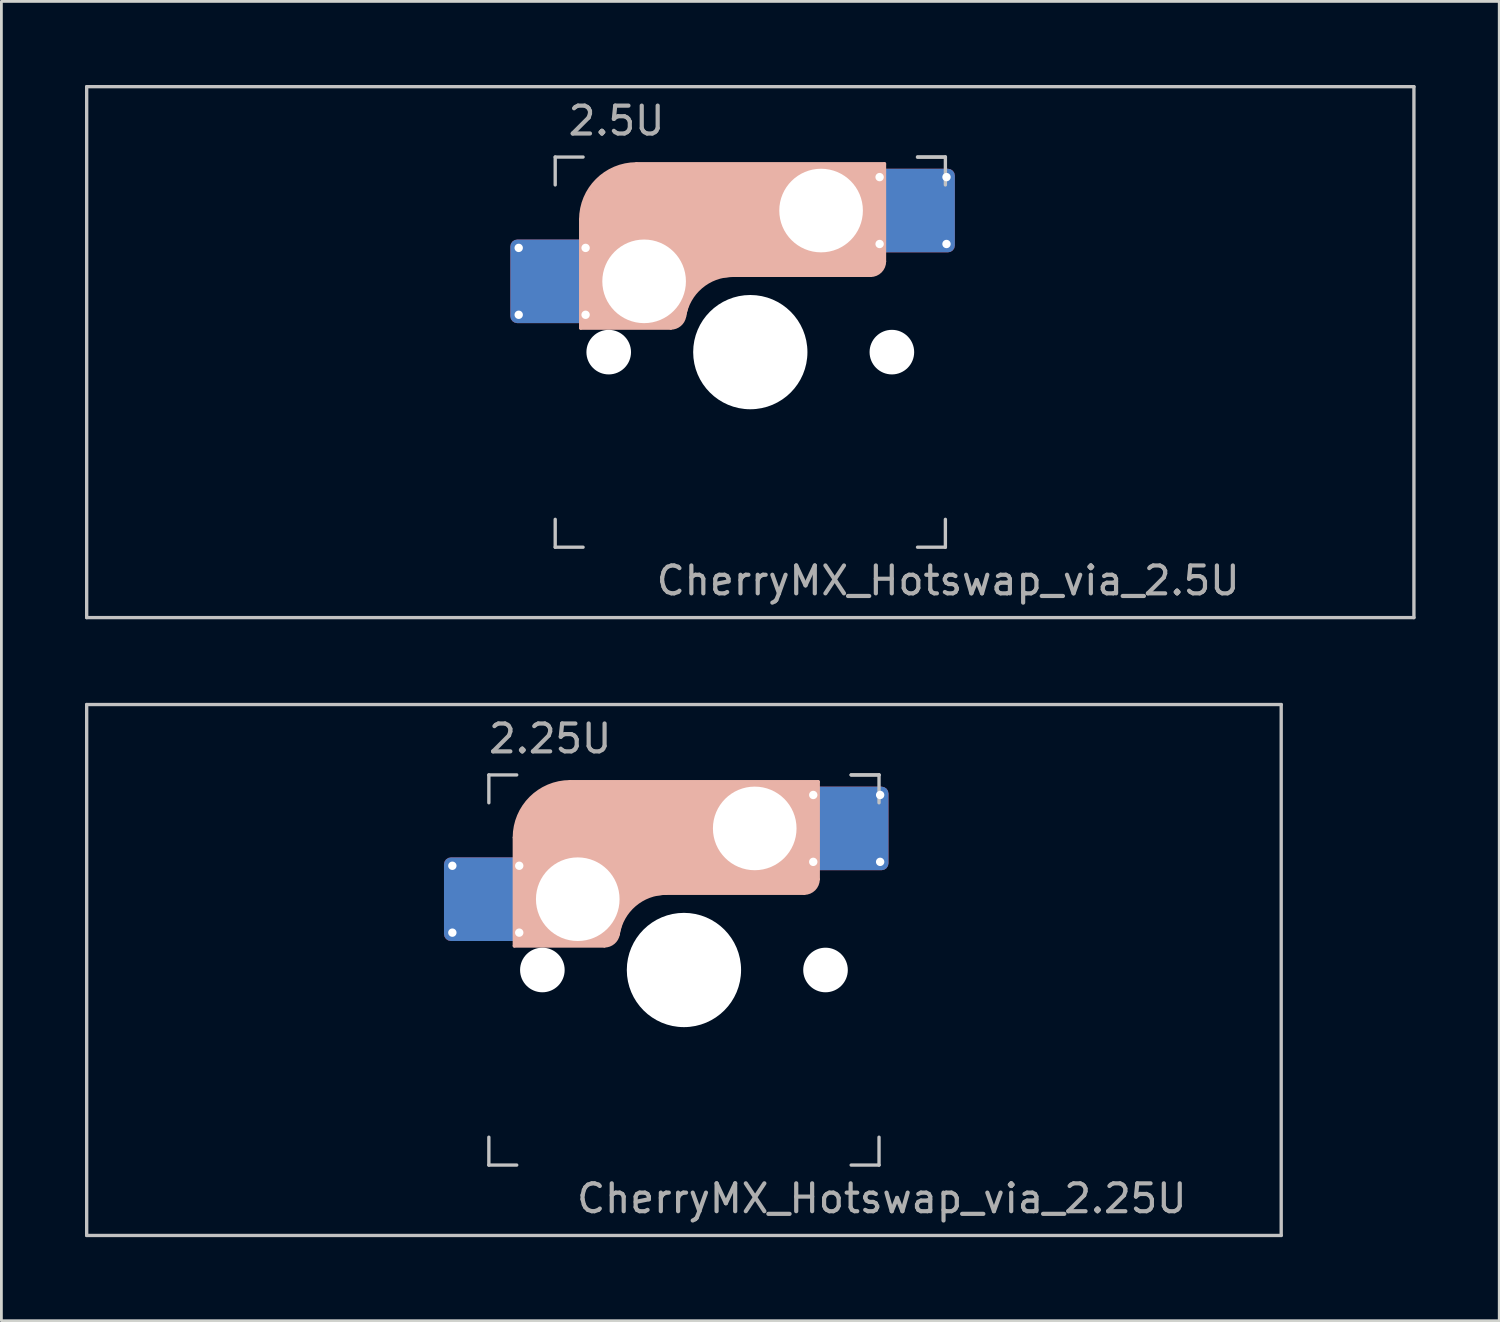
<source format=kicad_pcb>
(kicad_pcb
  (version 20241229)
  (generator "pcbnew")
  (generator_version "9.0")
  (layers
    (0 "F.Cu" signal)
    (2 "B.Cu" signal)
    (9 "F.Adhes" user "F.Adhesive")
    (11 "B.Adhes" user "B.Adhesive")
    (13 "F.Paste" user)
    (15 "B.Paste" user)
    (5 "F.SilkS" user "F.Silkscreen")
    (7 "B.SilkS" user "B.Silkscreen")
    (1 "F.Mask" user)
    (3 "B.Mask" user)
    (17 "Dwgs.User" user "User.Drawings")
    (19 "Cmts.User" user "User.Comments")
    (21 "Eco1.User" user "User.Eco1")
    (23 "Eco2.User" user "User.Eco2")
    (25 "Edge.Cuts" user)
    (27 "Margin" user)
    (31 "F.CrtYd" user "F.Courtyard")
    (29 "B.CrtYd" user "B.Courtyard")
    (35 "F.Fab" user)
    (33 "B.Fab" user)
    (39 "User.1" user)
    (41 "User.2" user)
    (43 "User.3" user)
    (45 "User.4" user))
  (footprint "CherryMX_Hotswap_via_2.25U"
    (layer "F.Cu")
    (at 21.491 31.755)
    (property "Reference" "CherryMX_Hotswap_via_2.25U" (at 7.1 8.2 0) (layer "F.Fab") (effects (font (size 1 1) (thickness 0.15))))
    (attr through_hole)
    (fp_line (start -8.11 -1.74) (end -8.11 -3.34) (stroke (width 0.12) (type solid)) (layer "B.Mask"))
    (fp_line (start -7.91 -3.54) (end -6.31 -3.54) (stroke (width 0.12) (type solid)) (layer "B.Mask"))
    (fp_line (start -6.31 -1.54) (end -7.91 -1.54) (stroke (width 0.12) (type solid)) (layer "B.Mask"))
    (fp_line (start -6.11 -3.34) (end -6.11 -1.74) (stroke (width 0.12) (type solid)) (layer "B.Mask"))
    (fp_line (start 4.84 -5.88) (end 4.84 -4.28) (stroke (width 0.12) (type solid)) (layer "B.Mask"))
    (fp_line (start 5.04 -6.08) (end 6.64 -6.08) (stroke (width 0.12) (type solid)) (layer "B.Mask"))
    (fp_line (start 5.04 -4.08) (end 6.64 -4.08) (stroke (width 0.12) (type solid)) (layer "B.Mask"))
    (fp_line (start 6.84 -4.28) (end 6.84 -5.88) (stroke (width 0.12) (type solid)) (layer "B.Mask"))
    (fp_arc (start -8.11 -3.34) (mid -8.051421 -3.481421) (end -7.91 -3.54) (stroke (width 0.12) (type solid)) (layer "B.Mask"))
    (fp_arc (start -7.91 -1.54) (mid -8.051421 -1.598579) (end -8.11 -1.74) (stroke (width 0.12) (type solid)) (layer "B.Mask"))
    (fp_arc (start -6.31 -3.54) (mid -6.168579 -3.481421) (end -6.11 -3.34) (stroke (width 0.12) (type solid)) (layer "B.Mask"))
    (fp_arc (start -6.11 -1.74) (mid -6.168579 -1.598579) (end -6.31 -1.54) (stroke (width 0.12) (type solid)) (layer "B.Mask"))
    (fp_arc (start 4.84 -5.88) (mid 4.898579 -6.021421) (end 5.04 -6.08) (stroke (width 0.12) (type solid)) (layer "B.Mask"))
    (fp_arc (start 5.04 -4.08) (mid 4.898579 -4.138579) (end 4.84 -4.28) (stroke (width 0.12) (type solid)) (layer "B.Mask"))
    (fp_arc (start 6.64 -6.08) (mid 6.781421 -6.021421) (end 6.84 -5.88) (stroke (width 0.12) (type solid)) (layer "B.Mask"))
    (fp_arc (start 6.84 -4.28) (mid 6.781421 -4.138579) (end 6.64 -4.08) (stroke (width 0.12) (type solid)) (layer "B.Mask"))
    (fp_poly (pts (xy -6.11 -3.34) (xy -6.11 -1.74) (xy -6.31 -1.54) (xy -7.91 -1.54) (xy -8.11 -1.74) (xy -8.11 -3.34) (xy -7.91 -3.54) (xy -6.31 -3.54)) (stroke (width 0.1) (type solid)) (fill yes) (layer "B.Mask"))
    (fp_poly (pts (xy 6.84 -5.88) (xy 6.84 -4.28) (xy 6.64 -4.08) (xy 5.04 -4.08) (xy 4.84 -4.28) (xy 4.84 -5.88) (xy 5.04 -6.08) (xy 6.64 -6.08)) (stroke (width 0.1) (type solid)) (fill yes) (layer "B.Mask"))
    (fp_line (start -6.085 -0.865) (end -6.085 -4.755) (stroke (width 0.12) (type solid)) (layer "B.SilkS"))
    (fp_line (start -4.085 -6.755) (end 4.815 -6.755) (stroke (width 0.12) (type solid)) (layer "B.SilkS"))
    (fp_line (start -2.852 -0.865) (end -6.085 -0.865) (stroke (width 0.12) (type solid)) (layer "B.SilkS"))
    (fp_line (start -0.635 -2.755) (end 4.315 -2.755) (stroke (width 0.12) (type solid)) (layer "B.SilkS"))
    (fp_line (start 4.815 -6.755) (end 4.815 -3.255) (stroke (width 0.12) (type solid)) (layer "B.SilkS"))
    (fp_arc (start -6.085 -4.755) (mid -5.499214 -6.169214) (end -4.085 -6.755) (stroke (width 0.12) (type solid)) (layer "B.SilkS"))
    (fp_arc (start -2.360959 -1.278326) (mid -1.770727 -2.335454) (end -0.635 -2.755) (stroke (width 0.12) (type solid)) (layer "B.SilkS"))
    (fp_arc (start -2.36 -1.278176) (mid -2.53101 -0.981978) (end -2.852404 -0.865) (stroke (width 0.12) (type solid)) (layer "B.SilkS"))
    (fp_arc (start 4.815 -3.255) (mid 4.668553 -2.901447) (end 4.315 -2.755) (stroke (width 0.12) (type solid)) (layer "B.SilkS"))
    (fp_poly (pts (xy 4.815 -3.255) (xy 4.633 -2.937) (xy 4.315 -2.755) (xy -0.635 -2.755) (xy -1.259 -2.696) (xy -1.805 -2.376) (xy -2.207 -1.885) (xy -2.361 -1.278) (xy -2.563 -1.02) (xy -2.852 -0.865) (xy -6.085 -0.865) (xy -6.085 -4.755) (xy -5.887 -5.501) (xy -5.464 -6.134) (xy -4.831 -6.557) (xy -4.085 -6.755) (xy 4.815 -6.755)) (stroke (width 0.1) (type solid)) (fill yes) (layer "B.SilkS"))
    (fp_line (start -8.11 -1.74) (end -8.11 -3.34) (stroke (width 0.12) (type solid)) (layer "B.Paste"))
    (fp_line (start -7.91 -3.54) (end -6.31 -3.54) (stroke (width 0.12) (type solid)) (layer "B.Paste"))
    (fp_line (start -6.31 -1.54) (end -7.91 -1.54) (stroke (width 0.12) (type solid)) (layer "B.Paste"))
    (fp_line (start -6.11 -3.34) (end -6.11 -1.74) (stroke (width 0.12) (type solid)) (layer "B.Paste"))
    (fp_line (start 4.84 -5.88) (end 4.84 -4.28) (stroke (width 0.12) (type solid)) (layer "B.Paste"))
    (fp_line (start 5.04 -6.08) (end 6.64 -6.08) (stroke (width 0.12) (type solid)) (layer "B.Paste"))
    (fp_line (start 5.04 -4.08) (end 6.64 -4.08) (stroke (width 0.12) (type solid)) (layer "B.Paste"))
    (fp_line (start 6.84 -4.28) (end 6.84 -5.88) (stroke (width 0.12) (type solid)) (layer "B.Paste"))
    (fp_arc (start -8.11 -3.34) (mid -8.051421 -3.481421) (end -7.91 -3.54) (stroke (width 0.12) (type solid)) (layer "B.Paste"))
    (fp_arc (start -7.91 -1.54) (mid -8.051421 -1.598579) (end -8.11 -1.74) (stroke (width 0.12) (type solid)) (layer "B.Paste"))
    (fp_arc (start -6.31 -3.54) (mid -6.168579 -3.481421) (end -6.11 -3.34) (stroke (width 0.12) (type solid)) (layer "B.Paste"))
    (fp_arc (start -6.11 -1.74) (mid -6.168579 -1.598579) (end -6.31 -1.54) (stroke (width 0.12) (type solid)) (layer "B.Paste"))
    (fp_arc (start 4.84 -5.88) (mid 4.898579 -6.021421) (end 5.04 -6.08) (stroke (width 0.12) (type solid)) (layer "B.Paste"))
    (fp_arc (start 5.04 -4.08) (mid 4.898579 -4.138579) (end 4.84 -4.28) (stroke (width 0.12) (type solid)) (layer "B.Paste"))
    (fp_arc (start 6.64 -6.08) (mid 6.781421 -6.021421) (end 6.84 -5.88) (stroke (width 0.12) (type solid)) (layer "B.Paste"))
    (fp_arc (start 6.84 -4.28) (mid 6.781421 -4.138579) (end 6.64 -4.08) (stroke (width 0.12) (type solid)) (layer "B.Paste"))
    (fp_poly (pts (xy -6.11 -3.34) (xy -6.11 -1.74) (xy -6.31 -1.54) (xy -7.91 -1.54) (xy -8.11 -1.74) (xy -8.11 -3.34) (xy -7.91 -3.54) (xy -6.31 -3.54)) (stroke (width 0.1) (type solid)) (fill yes) (layer "B.Paste"))
    (fp_poly (pts (xy 6.84 -5.88) (xy 6.84 -4.28) (xy 6.64 -4.08) (xy 5.04 -4.08) (xy 4.84 -4.28) (xy 4.84 -5.88) (xy 5.04 -6.08) (xy 6.64 -6.08)) (stroke (width 0.1) (type solid)) (fill yes) (layer "B.Paste"))
    (fp_line (start -21.431 -9.525) (end 21.431 -9.525) (stroke (width 0.12) (type solid)) (layer "Dwgs.User"))
    (fp_line (start -21.431 9.525) (end -21.431 -9.525) (stroke (width 0.12) (type solid)) (layer "Dwgs.User"))
    (fp_line (start -7 -7) (end -7 -6) (stroke (width 0.12) (type solid)) (layer "Dwgs.User"))
    (fp_line (start -7 -7) (end -6 -7) (stroke (width 0.12) (type solid)) (layer "Dwgs.User"))
    (fp_line (start -7 7) (end -7 6) (stroke (width 0.12) (type solid)) (layer "Dwgs.User"))
    (fp_line (start -7 7) (end -6 7) (stroke (width 0.12) (type solid)) (layer "Dwgs.User"))
    (fp_line (start 6 -7) (end 7 -7) (stroke (width 0.12) (type solid)) (layer "Dwgs.User"))
    (fp_line (start 7 -7) (end 6 -7) (stroke (width 0.12) (type solid)) (layer "Dwgs.User"))
    (fp_line (start 7 -7) (end 7 -6) (stroke (width 0.12) (type solid)) (layer "Dwgs.User"))
    (fp_line (start 7 7) (end 6 7) (stroke (width 0.12) (type solid)) (layer "Dwgs.User"))
    (fp_line (start 7 7) (end 7 6) (stroke (width 0.12) (type solid)) (layer "Dwgs.User"))
    (fp_line (start 21.431 -9.525) (end 21.431 9.525) (stroke (width 0.12) (type solid)) (layer "Dwgs.User"))
    (fp_line (start 21.431 9.525) (end -21.431 9.525) (stroke (width 0.12) (type solid)) (layer "Dwgs.User"))
    (fp_text user "2.25U" (at -4.8 -8.3 0) (layer "F.Fab") (effects (font (size 1 1) (thickness 0.15))))
    (pad "" np_thru_hole circle (at -5.08 0) (size 1.6 1.6) (drill 1.6) (layers "*.Cu" "*.Mask"))
    (pad "" np_thru_hole circle (at -3.81 -2.54) (size 3 3) (drill 3) (layers "*.Cu" "*.Mask"))
    (pad "" np_thru_hole circle (at 0 0) (size 4.1 4.1) (drill 4.1) (layers "*.Cu" "*.Mask"))
    (pad "" np_thru_hole circle (at 2.54 -5.08) (size 3 3) (drill 3) (layers "*.Cu" "*.Mask"))
    (pad "" np_thru_hole circle (at 5.08 0) (size 1.6 1.6) (drill 1.6) (layers "*.Cu" "*.Mask"))
    (pad "1" thru_hole circle (at -8.31 -3.74) (size 0.5 0.5) (drill 0.3) (layers "*.Cu"))
    (pad "1" thru_hole circle (at -8.31 -1.34) (size 0.5 0.5) (drill 0.3) (layers "*.Cu"))
    (pad "1" smd roundrect (at -7.11 -2.54) (size 3 3) (layers "F.Cu") (roundrect_rratio 0.083))
    (pad "1" smd roundrect (at -7.11 -2.54 180) (size 3 3) (layers "B.Cu") (roundrect_rratio 0.083))
    (pad "1" thru_hole circle (at -5.91 -3.74) (size 0.5 0.5) (drill 0.3) (layers "*.Cu"))
    (pad "1" thru_hole circle (at -5.91 -1.34) (size 0.5 0.5) (drill 0.3) (layers "*.Cu"))
    (pad "2" thru_hole circle (at 4.64 -6.28 180) (size 0.5 0.5) (drill 0.3) (layers "*.Cu"))
    (pad "2" thru_hole circle (at 4.64 -3.88 180) (size 0.5 0.5) (drill 0.3) (layers "*.Cu"))
    (pad "2" smd roundrect (at 5.84 -5.08 180) (size 3 3) (layers "F.Cu") (roundrect_rratio 0.083))
    (pad "2" smd roundrect (at 5.84 -5.08 180) (size 3 3) (layers "B.Cu") (roundrect_rratio 0.083))
    (pad "2" thru_hole circle (at 7.04 -6.28 180) (size 0.5 0.5) (drill 0.3) (layers "*.Cu"))
    (pad "2" thru_hole circle (at 7.04 -3.88 180) (size 0.5 0.5) (drill 0.3) (layers "*.Cu")))
  (footprint "CherryMX_Hotswap_via_2.5U"
    (layer "F.Cu")
    (at 23.872 9.585)
    (property "Reference" "CherryMX_Hotswap_via_2.5U" (at 7.1 8.2 0) (layer "F.Fab") (effects (font (size 1 1) (thickness 0.15))))
    (attr through_hole)
    (fp_line (start -8.11 -1.74) (end -8.11 -3.34) (stroke (width 0.12) (type solid)) (layer "B.Mask"))
    (fp_line (start -7.91 -3.54) (end -6.31 -3.54) (stroke (width 0.12) (type solid)) (layer "B.Mask"))
    (fp_line (start -6.31 -1.54) (end -7.91 -1.54) (stroke (width 0.12) (type solid)) (layer "B.Mask"))
    (fp_line (start -6.11 -3.34) (end -6.11 -1.74) (stroke (width 0.12) (type solid)) (layer "B.Mask"))
    (fp_line (start 4.84 -5.88) (end 4.84 -4.28) (stroke (width 0.12) (type solid)) (layer "B.Mask"))
    (fp_line (start 5.04 -6.08) (end 6.64 -6.08) (stroke (width 0.12) (type solid)) (layer "B.Mask"))
    (fp_line (start 5.04 -4.08) (end 6.64 -4.08) (stroke (width 0.12) (type solid)) (layer "B.Mask"))
    (fp_line (start 6.84 -4.28) (end 6.84 -5.88) (stroke (width 0.12) (type solid)) (layer "B.Mask"))
    (fp_arc (start -8.11 -3.34) (mid -8.051421 -3.481421) (end -7.91 -3.54) (stroke (width 0.12) (type solid)) (layer "B.Mask"))
    (fp_arc (start -7.91 -1.54) (mid -8.051421 -1.598579) (end -8.11 -1.74) (stroke (width 0.12) (type solid)) (layer "B.Mask"))
    (fp_arc (start -6.31 -3.54) (mid -6.168579 -3.481421) (end -6.11 -3.34) (stroke (width 0.12) (type solid)) (layer "B.Mask"))
    (fp_arc (start -6.11 -1.74) (mid -6.168579 -1.598579) (end -6.31 -1.54) (stroke (width 0.12) (type solid)) (layer "B.Mask"))
    (fp_arc (start 4.84 -5.88) (mid 4.898579 -6.021421) (end 5.04 -6.08) (stroke (width 0.12) (type solid)) (layer "B.Mask"))
    (fp_arc (start 5.04 -4.08) (mid 4.898579 -4.138579) (end 4.84 -4.28) (stroke (width 0.12) (type solid)) (layer "B.Mask"))
    (fp_arc (start 6.64 -6.08) (mid 6.781421 -6.021421) (end 6.84 -5.88) (stroke (width 0.12) (type solid)) (layer "B.Mask"))
    (fp_arc (start 6.84 -4.28) (mid 6.781421 -4.138579) (end 6.64 -4.08) (stroke (width 0.12) (type solid)) (layer "B.Mask"))
    (fp_poly (pts (xy -6.11 -3.34) (xy -6.11 -1.74) (xy -6.31 -1.54) (xy -7.91 -1.54) (xy -8.11 -1.74) (xy -8.11 -3.34) (xy -7.91 -3.54) (xy -6.31 -3.54)) (stroke (width 0.1) (type solid)) (fill yes) (layer "B.Mask"))
    (fp_poly (pts (xy 6.84 -5.88) (xy 6.84 -4.28) (xy 6.64 -4.08) (xy 5.04 -4.08) (xy 4.84 -4.28) (xy 4.84 -5.88) (xy 5.04 -6.08) (xy 6.64 -6.08)) (stroke (width 0.1) (type solid)) (fill yes) (layer "B.Mask"))
    (fp_line (start -6.085 -0.865) (end -6.085 -4.755) (stroke (width 0.12) (type solid)) (layer "B.SilkS"))
    (fp_line (start -4.085 -6.755) (end 4.815 -6.755) (stroke (width 0.12) (type solid)) (layer "B.SilkS"))
    (fp_line (start -2.852 -0.865) (end -6.085 -0.865) (stroke (width 0.12) (type solid)) (layer "B.SilkS"))
    (fp_line (start -0.635 -2.755) (end 4.315 -2.755) (stroke (width 0.12) (type solid)) (layer "B.SilkS"))
    (fp_line (start 4.815 -6.755) (end 4.815 -3.255) (stroke (width 0.12) (type solid)) (layer "B.SilkS"))
    (fp_arc (start -6.085 -4.755) (mid -5.499214 -6.169214) (end -4.085 -6.755) (stroke (width 0.12) (type solid)) (layer "B.SilkS"))
    (fp_arc (start -2.360959 -1.278326) (mid -1.770727 -2.335454) (end -0.635 -2.755) (stroke (width 0.12) (type solid)) (layer "B.SilkS"))
    (fp_arc (start -2.36 -1.278176) (mid -2.53101 -0.981978) (end -2.852404 -0.865) (stroke (width 0.12) (type solid)) (layer "B.SilkS"))
    (fp_arc (start 4.815 -3.255) (mid 4.668553 -2.901447) (end 4.315 -2.755) (stroke (width 0.12) (type solid)) (layer "B.SilkS"))
    (fp_poly (pts (xy 4.815 -3.255) (xy 4.633 -2.937) (xy 4.315 -2.755) (xy -0.635 -2.755) (xy -1.259 -2.696) (xy -1.805 -2.376) (xy -2.207 -1.885) (xy -2.361 -1.278) (xy -2.563 -1.02) (xy -2.852 -0.865) (xy -6.085 -0.865) (xy -6.085 -4.755) (xy -5.887 -5.501) (xy -5.464 -6.134) (xy -4.831 -6.557) (xy -4.085 -6.755) (xy 4.815 -6.755)) (stroke (width 0.1) (type solid)) (fill yes) (layer "B.SilkS"))
    (fp_line (start -8.11 -1.74) (end -8.11 -3.34) (stroke (width 0.12) (type solid)) (layer "B.Paste"))
    (fp_line (start -7.91 -3.54) (end -6.31 -3.54) (stroke (width 0.12) (type solid)) (layer "B.Paste"))
    (fp_line (start -6.31 -1.54) (end -7.91 -1.54) (stroke (width 0.12) (type solid)) (layer "B.Paste"))
    (fp_line (start -6.11 -3.34) (end -6.11 -1.74) (stroke (width 0.12) (type solid)) (layer "B.Paste"))
    (fp_line (start 4.84 -5.88) (end 4.84 -4.28) (stroke (width 0.12) (type solid)) (layer "B.Paste"))
    (fp_line (start 5.04 -6.08) (end 6.64 -6.08) (stroke (width 0.12) (type solid)) (layer "B.Paste"))
    (fp_line (start 5.04 -4.08) (end 6.64 -4.08) (stroke (width 0.12) (type solid)) (layer "B.Paste"))
    (fp_line (start 6.84 -4.28) (end 6.84 -5.88) (stroke (width 0.12) (type solid)) (layer "B.Paste"))
    (fp_arc (start -8.11 -3.34) (mid -8.051421 -3.481421) (end -7.91 -3.54) (stroke (width 0.12) (type solid)) (layer "B.Paste"))
    (fp_arc (start -7.91 -1.54) (mid -8.051421 -1.598579) (end -8.11 -1.74) (stroke (width 0.12) (type solid)) (layer "B.Paste"))
    (fp_arc (start -6.31 -3.54) (mid -6.168579 -3.481421) (end -6.11 -3.34) (stroke (width 0.12) (type solid)) (layer "B.Paste"))
    (fp_arc (start -6.11 -1.74) (mid -6.168579 -1.598579) (end -6.31 -1.54) (stroke (width 0.12) (type solid)) (layer "B.Paste"))
    (fp_arc (start 4.84 -5.88) (mid 4.898579 -6.021421) (end 5.04 -6.08) (stroke (width 0.12) (type solid)) (layer "B.Paste"))
    (fp_arc (start 5.04 -4.08) (mid 4.898579 -4.138579) (end 4.84 -4.28) (stroke (width 0.12) (type solid)) (layer "B.Paste"))
    (fp_arc (start 6.64 -6.08) (mid 6.781421 -6.021421) (end 6.84 -5.88) (stroke (width 0.12) (type solid)) (layer "B.Paste"))
    (fp_arc (start 6.84 -4.28) (mid 6.781421 -4.138579) (end 6.64 -4.08) (stroke (width 0.12) (type solid)) (layer "B.Paste"))
    (fp_poly (pts (xy -6.11 -3.34) (xy -6.11 -1.74) (xy -6.31 -1.54) (xy -7.91 -1.54) (xy -8.11 -1.74) (xy -8.11 -3.34) (xy -7.91 -3.54) (xy -6.31 -3.54)) (stroke (width 0.1) (type solid)) (fill yes) (layer "B.Paste"))
    (fp_poly (pts (xy 6.84 -5.88) (xy 6.84 -4.28) (xy 6.64 -4.08) (xy 5.04 -4.08) (xy 4.84 -4.28) (xy 4.84 -5.88) (xy 5.04 -6.08) (xy 6.64 -6.08)) (stroke (width 0.1) (type solid)) (fill yes) (layer "B.Paste"))
    (fp_line (start -23.812 -9.525) (end 23.812 -9.525) (stroke (width 0.12) (type solid)) (layer "Dwgs.User"))
    (fp_line (start -23.812 9.525) (end -23.812 -9.525) (stroke (width 0.12) (type solid)) (layer "Dwgs.User"))
    (fp_line (start -7 -7) (end -7 -6) (stroke (width 0.12) (type solid)) (layer "Dwgs.User"))
    (fp_line (start -7 -7) (end -6 -7) (stroke (width 0.12) (type solid)) (layer "Dwgs.User"))
    (fp_line (start -7 7) (end -7 6) (stroke (width 0.12) (type solid)) (layer "Dwgs.User"))
    (fp_line (start -7 7) (end -6 7) (stroke (width 0.12) (type solid)) (layer "Dwgs.User"))
    (fp_line (start 6 -7) (end 7 -7) (stroke (width 0.12) (type solid)) (layer "Dwgs.User"))
    (fp_line (start 7 -7) (end 6 -7) (stroke (width 0.12) (type solid)) (layer "Dwgs.User"))
    (fp_line (start 7 -7) (end 7 -6) (stroke (width 0.12) (type solid)) (layer "Dwgs.User"))
    (fp_line (start 7 7) (end 6 7) (stroke (width 0.12) (type solid)) (layer "Dwgs.User"))
    (fp_line (start 7 7) (end 7 6) (stroke (width 0.12) (type solid)) (layer "Dwgs.User"))
    (fp_line (start 23.812 -9.525) (end 23.812 9.525) (stroke (width 0.12) (type solid)) (layer "Dwgs.User"))
    (fp_line (start 23.812 9.525) (end -23.812 9.525) (stroke (width 0.12) (type solid)) (layer "Dwgs.User"))
    (fp_text user "2.5U" (at -4.8 -8.3 0) (layer "F.Fab") (effects (font (size 1 1) (thickness 0.15))))
    (pad "" np_thru_hole circle (at -5.08 0) (size 1.6 1.6) (drill 1.6) (layers "*.Cu" "*.Mask"))
    (pad "" np_thru_hole circle (at -3.81 -2.54) (size 3 3) (drill 3) (layers "*.Cu" "*.Mask"))
    (pad "" np_thru_hole circle (at 0 0) (size 4.1 4.1) (drill 4.1) (layers "*.Cu" "*.Mask"))
    (pad "" np_thru_hole circle (at 2.54 -5.08) (size 3 3) (drill 3) (layers "*.Cu" "*.Mask"))
    (pad "" np_thru_hole circle (at 5.08 0) (size 1.6 1.6) (drill 1.6) (layers "*.Cu" "*.Mask"))
    (pad "1" thru_hole circle (at -8.31 -3.74) (size 0.5 0.5) (drill 0.3) (layers "*.Cu"))
    (pad "1" thru_hole circle (at -8.31 -1.34) (size 0.5 0.5) (drill 0.3) (layers "*.Cu"))
    (pad "1" smd roundrect (at -7.11 -2.54) (size 3 3) (layers "F.Cu") (roundrect_rratio 0.083))
    (pad "1" smd roundrect (at -7.11 -2.54 180) (size 3 3) (layers "B.Cu") (roundrect_rratio 0.083))
    (pad "1" thru_hole circle (at -5.91 -3.74) (size 0.5 0.5) (drill 0.3) (layers "*.Cu"))
    (pad "1" thru_hole circle (at -5.91 -1.34) (size 0.5 0.5) (drill 0.3) (layers "*.Cu"))
    (pad "2" thru_hole circle (at 4.64 -6.28 180) (size 0.5 0.5) (drill 0.3) (layers "*.Cu"))
    (pad "2" thru_hole circle (at 4.64 -3.88 180) (size 0.5 0.5) (drill 0.3) (layers "*.Cu"))
    (pad "2" smd roundrect (at 5.84 -5.08 180) (size 3 3) (layers "F.Cu") (roundrect_rratio 0.083))
    (pad "2" smd roundrect (at 5.84 -5.08 180) (size 3 3) (layers "B.Cu") (roundrect_rratio 0.083))
    (pad "2" thru_hole circle (at 7.04 -6.28 180) (size 0.5 0.5) (drill 0.3) (layers "*.Cu"))
    (pad "2" thru_hole circle (at 7.04 -3.88 180) (size 0.5 0.5) (drill 0.3) (layers "*.Cu")))
  (gr_rect
    (start -3 -3)
    (end 50.745 44.34)
    (stroke (width 0.1) (type default))
    (fill no)
    (layer "Edge.Cuts")))
</source>
